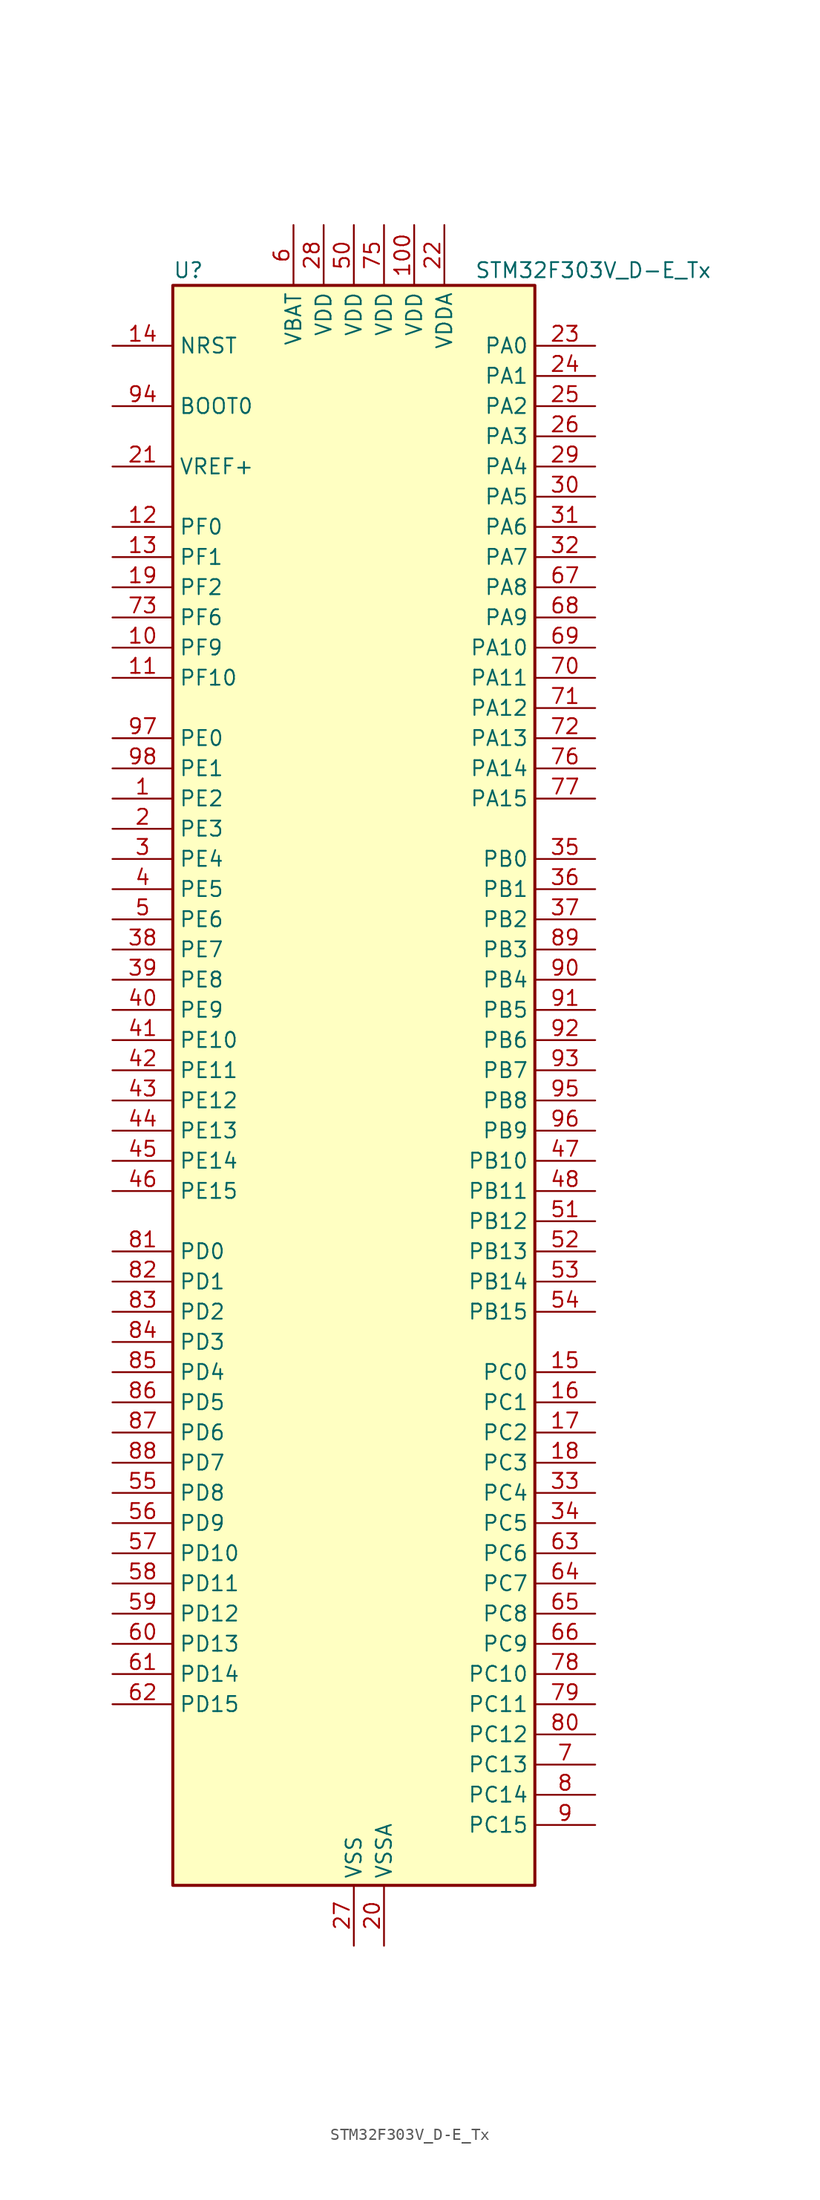
<source format=kicad_sym>
(kicad_symbol_lib
  (version 20241209)
  (generator "kicad_symbol_editor")
  (generator_version "9.0")
  (symbol "STM32F303V_D-E_Tx"
    (property "Reference" "U"
      (at -15.24 69.85 0)
      (effects (font (size 1.27 1.27)) (justify left)))
    (property "Value" "STM32F303V_D-E_Tx"
      (at 10.16 69.85 0)
      (effects (font (size 1.27 1.27)) (justify left)))
    (symbol "STM32F303V_D-E_Tx_0_1"
      (rectangle (start -15.24 -66.04) (end 15.24 68.58) (stroke (width 0.254) (type default)) (fill (type background))))
    (symbol "STM32F303V_D-E_Tx_1_1"
      (pin input line (at -20.32 63.5 0) (length 5.08) (name "NRST" (effects (font (size 1.27 1.27)))) (number "14" (effects (font (size 1.27 1.27)))))
      (pin input line (at -20.32 58.42 0) (length 5.08) (name "BOOT0" (effects (font (size 1.27 1.27)))) (number "94" (effects (font (size 1.27 1.27)))))
      (pin input line (at -20.32 53.34 0) (length 5.08) (name "VREF+" (effects (font (size 1.27 1.27)))) (number "21" (effects (font (size 1.27 1.27)))))
      (pin bidirectional line (at -20.32 48.26 0) (length 5.08) (name "PF0" (effects (font (size 1.27 1.27)))) (number "12" (effects (font (size 1.27 1.27)))) (alternate "I2C2_SDA" bidirectional line) (alternate "I2S2_WS" bidirectional line) (alternate "RCC_OSC_IN" bidirectional line) (alternate "SPI2_NSS" bidirectional line) (alternate "TIM1_CH3N" bidirectional line))
      (pin bidirectional line (at -20.32 45.72 0) (length 5.08) (name "PF1" (effects (font (size 1.27 1.27)))) (number "13" (effects (font (size 1.27 1.27)))) (alternate "I2C2_SCL" bidirectional line) (alternate "I2S2_CK" bidirectional line) (alternate "RCC_OSC_OUT" bidirectional line) (alternate "SPI2_SCK" bidirectional line))
      (pin bidirectional line (at -20.32 43.18 0) (length 5.08) (name "PF2" (effects (font (size 1.27 1.27)))) (number "19" (effects (font (size 1.27 1.27)))) (alternate "ADC1_IN10" bidirectional line) (alternate "ADC2_IN10" bidirectional line) (alternate "ADC3_EXTI2" bidirectional line) (alternate "ADC4_EXTI2" bidirectional line) (alternate "FMC_A2" bidirectional line) (alternate "TIM20_CH3" bidirectional line))
      (pin bidirectional line (at -20.32 40.64 0) (length 5.08) (name "PF6" (effects (font (size 1.27 1.27)))) (number "73" (effects (font (size 1.27 1.27)))) (alternate "FMC_NIORD" bidirectional line) (alternate "I2C2_SCL" bidirectional line) (alternate "TIM4_CH4" bidirectional line) (alternate "USART3_DE" bidirectional line) (alternate "USART3_RTS" bidirectional line))
      (pin bidirectional line (at -20.32 38.1 0) (length 5.08) (name "PF9" (effects (font (size 1.27 1.27)))) (number "10" (effects (font (size 1.27 1.27)))) (alternate "DAC1_EXTI9" bidirectional line) (alternate "FMC_CD" bidirectional line) (alternate "SPI2_SCK" bidirectional line) (alternate "TIM15_CH1" bidirectional line) (alternate "TIM20_BKIN" bidirectional line))
      (pin bidirectional line (at -20.32 35.56 0) (length 5.08) (name "PF10" (effects (font (size 1.27 1.27)))) (number "11" (effects (font (size 1.27 1.27)))) (alternate "FMC_INTR" bidirectional line) (alternate "SPI2_SCK" bidirectional line) (alternate "TIM15_CH2" bidirectional line) (alternate "TIM20_BKIN2" bidirectional line))
      (pin bidirectional line (at -20.32 30.48 0) (length 5.08) (name "PE0" (effects (font (size 1.27 1.27)))) (number "97" (effects (font (size 1.27 1.27)))) (alternate "FMC_NBL0" bidirectional line) (alternate "TIM16_CH1" bidirectional line) (alternate "TIM20_ETR" bidirectional line) (alternate "TIM4_ETR" bidirectional line) (alternate "USART1_TX" bidirectional line))
      (pin bidirectional line (at -20.32 27.94 0) (length 5.08) (name "PE1" (effects (font (size 1.27 1.27)))) (number "98" (effects (font (size 1.27 1.27)))) (alternate "FMC_NBL1" bidirectional line) (alternate "TIM17_CH1" bidirectional line) (alternate "TIM20_CH4" bidirectional line) (alternate "USART1_RX" bidirectional line))
      (pin bidirectional line (at -20.32 25.4 0) (length 5.08) (name "PE2" (effects (font (size 1.27 1.27)))) (number "1" (effects (font (size 1.27 1.27)))) (alternate "ADC3_EXTI2" bidirectional line) (alternate "ADC4_EXTI2" bidirectional line) (alternate "FMC_A23" bidirectional line) (alternate "SPI4_SCK" bidirectional line) (alternate "SYS_TRACECK" bidirectional line) (alternate "TIM20_CH1" bidirectional line) (alternate "TIM3_CH1" bidirectional line) (alternate "TSC_G7_IO1" bidirectional line))
      (pin bidirectional line (at -20.32 22.86 0) (length 5.08) (name "PE3" (effects (font (size 1.27 1.27)))) (number "2" (effects (font (size 1.27 1.27)))) (alternate "FMC_A19" bidirectional line) (alternate "SPI4_NSS" bidirectional line) (alternate "SYS_TRACED0" bidirectional line) (alternate "TIM20_CH2" bidirectional line) (alternate "TIM3_CH2" bidirectional line) (alternate "TSC_G7_IO2" bidirectional line))
      (pin bidirectional line (at -20.32 20.32 0) (length 5.08) (name "PE4" (effects (font (size 1.27 1.27)))) (number "3" (effects (font (size 1.27 1.27)))) (alternate "FMC_A20" bidirectional line) (alternate "SPI4_NSS" bidirectional line) (alternate "SYS_TRACED1" bidirectional line) (alternate "TIM20_CH1N" bidirectional line) (alternate "TIM3_CH3" bidirectional line) (alternate "TSC_G7_IO3" bidirectional line))
      (pin bidirectional line (at -20.32 17.78 0) (length 5.08) (name "PE5" (effects (font (size 1.27 1.27)))) (number "4" (effects (font (size 1.27 1.27)))) (alternate "FMC_A21" bidirectional line) (alternate "SPI4_MISO" bidirectional line) (alternate "SYS_TRACED2" bidirectional line) (alternate "TIM20_CH2N" bidirectional line) (alternate "TIM3_CH4" bidirectional line) (alternate "TSC_G7_IO4" bidirectional line))
      (pin bidirectional line (at -20.32 15.24 0) (length 5.08) (name "PE6" (effects (font (size 1.27 1.27)))) (number "5" (effects (font (size 1.27 1.27)))) (alternate "FMC_A22" bidirectional line) (alternate "RTC_TAMP3" bidirectional line) (alternate "SPI4_MOSI" bidirectional line) (alternate "SYS_TRACED3" bidirectional line) (alternate "SYS_WKUP3" bidirectional line) (alternate "TIM20_CH3N" bidirectional line))
      (pin bidirectional line (at -20.32 12.7 0) (length 5.08) (name "PE7" (effects (font (size 1.27 1.27)))) (number "38" (effects (font (size 1.27 1.27)))) (alternate "ADC3_IN13" bidirectional line) (alternate "FMC_D4" bidirectional line) (alternate "FMC_DA4" bidirectional line) (alternate "TIM1_ETR" bidirectional line))
      (pin bidirectional line (at -20.32 10.16 0) (length 5.08) (name "PE8" (effects (font (size 1.27 1.27)))) (number "39" (effects (font (size 1.27 1.27)))) (alternate "ADC3_IN6" bidirectional line) (alternate "ADC4_IN6" bidirectional line) (alternate "COMP4_INM" bidirectional line) (alternate "FMC_D5" bidirectional line) (alternate "FMC_DA5" bidirectional line) (alternate "TIM1_CH1N" bidirectional line))
      (pin bidirectional line (at -20.32 7.62 0) (length 5.08) (name "PE9" (effects (font (size 1.27 1.27)))) (number "40" (effects (font (size 1.27 1.27)))) (alternate "ADC3_IN2" bidirectional line) (alternate "DAC1_EXTI9" bidirectional line) (alternate "FMC_D6" bidirectional line) (alternate "FMC_DA6" bidirectional line) (alternate "TIM1_CH1" bidirectional line))
      (pin bidirectional line (at -20.32 5.08 0) (length 5.08) (name "PE10" (effects (font (size 1.27 1.27)))) (number "41" (effects (font (size 1.27 1.27)))) (alternate "ADC3_IN14" bidirectional line) (alternate "FMC_D7" bidirectional line) (alternate "FMC_DA7" bidirectional line) (alternate "TIM1_CH2N" bidirectional line))
      (pin bidirectional line (at -20.32 2.54 0) (length 5.08) (name "PE11" (effects (font (size 1.27 1.27)))) (number "42" (effects (font (size 1.27 1.27)))) (alternate "ADC1_EXTI11" bidirectional line) (alternate "ADC2_EXTI11" bidirectional line) (alternate "ADC3_IN15" bidirectional line) (alternate "FMC_D8" bidirectional line) (alternate "FMC_DA8" bidirectional line) (alternate "SPI4_NSS" bidirectional line) (alternate "TIM1_CH2" bidirectional line))
      (pin bidirectional line (at -20.32 0 0) (length 5.08) (name "PE12" (effects (font (size 1.27 1.27)))) (number "43" (effects (font (size 1.27 1.27)))) (alternate "ADC3_IN16" bidirectional line) (alternate "FMC_D9" bidirectional line) (alternate "FMC_DA9" bidirectional line) (alternate "SPI4_SCK" bidirectional line) (alternate "TIM1_CH3N" bidirectional line))
      (pin bidirectional line (at -20.32 -2.54 0) (length 5.08) (name "PE13" (effects (font (size 1.27 1.27)))) (number "44" (effects (font (size 1.27 1.27)))) (alternate "ADC3_IN3" bidirectional line) (alternate "FMC_D10" bidirectional line) (alternate "FMC_DA10" bidirectional line) (alternate "SPI4_MISO" bidirectional line) (alternate "TIM1_CH3" bidirectional line))
      (pin bidirectional line (at -20.32 -5.08 0) (length 5.08) (name "PE14" (effects (font (size 1.27 1.27)))) (number "45" (effects (font (size 1.27 1.27)))) (alternate "ADC4_IN1" bidirectional line) (alternate "FMC_D11" bidirectional line) (alternate "FMC_DA11" bidirectional line) (alternate "SPI4_MOSI" bidirectional line) (alternate "TIM1_BKIN2" bidirectional line) (alternate "TIM1_CH4" bidirectional line))
      (pin bidirectional line (at -20.32 -7.62 0) (length 5.08) (name "PE15" (effects (font (size 1.27 1.27)))) (number "46" (effects (font (size 1.27 1.27)))) (alternate "ADC1_EXTI15" bidirectional line) (alternate "ADC2_EXTI15" bidirectional line) (alternate "ADC3_EXTI15" bidirectional line) (alternate "ADC4_EXTI15" bidirectional line) (alternate "ADC4_IN2" bidirectional line) (alternate "FMC_D12" bidirectional line) (alternate "FMC_DA12" bidirectional line) (alternate "TIM1_BKIN" bidirectional line) (alternate "USART3_RX" bidirectional line))
      (pin bidirectional line (at -20.32 -12.7 0) (length 5.08) (name "PD0" (effects (font (size 1.27 1.27)))) (number "81" (effects (font (size 1.27 1.27)))) (alternate "CAN_RX" bidirectional line) (alternate "FMC_D2" bidirectional line) (alternate "FMC_DA2" bidirectional line))
      (pin bidirectional line (at -20.32 -15.24 0) (length 5.08) (name "PD1" (effects (font (size 1.27 1.27)))) (number "82" (effects (font (size 1.27 1.27)))) (alternate "CAN_TX" bidirectional line) (alternate "FMC_D3" bidirectional line) (alternate "FMC_DA3" bidirectional line) (alternate "TIM8_BKIN2" bidirectional line) (alternate "TIM8_CH4" bidirectional line))
      (pin bidirectional line (at -20.32 -17.78 0) (length 5.08) (name "PD2" (effects (font (size 1.27 1.27)))) (number "83" (effects (font (size 1.27 1.27)))) (alternate "ADC3_EXTI2" bidirectional line) (alternate "ADC4_EXTI2" bidirectional line) (alternate "TIM3_ETR" bidirectional line) (alternate "TIM8_BKIN" bidirectional line) (alternate "UART5_RX" bidirectional line))
      (pin bidirectional line (at -20.32 -20.32 0) (length 5.08) (name "PD3" (effects (font (size 1.27 1.27)))) (number "84" (effects (font (size 1.27 1.27)))) (alternate "FMC_CLK" bidirectional line) (alternate "TIM2_CH1" bidirectional line) (alternate "TIM2_ETR" bidirectional line) (alternate "USART2_CTS" bidirectional line))
      (pin bidirectional line (at -20.32 -22.86 0) (length 5.08) (name "PD4" (effects (font (size 1.27 1.27)))) (number "85" (effects (font (size 1.27 1.27)))) (alternate "FMC_NOE" bidirectional line) (alternate "TIM2_CH2" bidirectional line) (alternate "USART2_DE" bidirectional line) (alternate "USART2_RTS" bidirectional line))
      (pin bidirectional line (at -20.32 -25.4 0) (length 5.08) (name "PD5" (effects (font (size 1.27 1.27)))) (number "86" (effects (font (size 1.27 1.27)))) (alternate "FMC_NWE" bidirectional line) (alternate "USART2_TX" bidirectional line))
      (pin bidirectional line (at -20.32 -27.94 0) (length 5.08) (name "PD6" (effects (font (size 1.27 1.27)))) (number "87" (effects (font (size 1.27 1.27)))) (alternate "FMC_NWAIT" bidirectional line) (alternate "TIM2_CH4" bidirectional line) (alternate "USART2_RX" bidirectional line))
      (pin bidirectional line (at -20.32 -30.48 0) (length 5.08) (name "PD7" (effects (font (size 1.27 1.27)))) (number "88" (effects (font (size 1.27 1.27)))) (alternate "FMC_NCE2" bidirectional line) (alternate "FMC_NE1" bidirectional line) (alternate "TIM2_CH3" bidirectional line) (alternate "USART2_CK" bidirectional line))
      (pin bidirectional line (at -20.32 -33.02 0) (length 5.08) (name "PD8" (effects (font (size 1.27 1.27)))) (number "55" (effects (font (size 1.27 1.27)))) (alternate "ADC4_IN12" bidirectional line) (alternate "FMC_D13" bidirectional line) (alternate "FMC_DA13" bidirectional line) (alternate "OPAMP4_VINM" bidirectional line) (alternate "OPAMP4_VINM_SEC" bidirectional line) (alternate "USART3_TX" bidirectional line))
      (pin bidirectional line (at -20.32 -35.56 0) (length 5.08) (name "PD9" (effects (font (size 1.27 1.27)))) (number "56" (effects (font (size 1.27 1.27)))) (alternate "ADC4_IN13" bidirectional line) (alternate "DAC1_EXTI9" bidirectional line) (alternate "FMC_D14" bidirectional line) (alternate "FMC_DA14" bidirectional line) (alternate "USART3_RX" bidirectional line))
      (pin bidirectional line (at -20.32 -38.1 0) (length 5.08) (name "PD10" (effects (font (size 1.27 1.27)))) (number "57" (effects (font (size 1.27 1.27)))) (alternate "ADC3_IN7" bidirectional line) (alternate "ADC4_IN7" bidirectional line) (alternate "COMP6_INM" bidirectional line) (alternate "FMC_D15" bidirectional line) (alternate "FMC_DA15" bidirectional line) (alternate "USART3_CK" bidirectional line))
      (pin bidirectional line (at -20.32 -40.64 0) (length 5.08) (name "PD11" (effects (font (size 1.27 1.27)))) (number "58" (effects (font (size 1.27 1.27)))) (alternate "ADC1_EXTI11" bidirectional line) (alternate "ADC2_EXTI11" bidirectional line) (alternate "ADC3_IN8" bidirectional line) (alternate "ADC4_IN8" bidirectional line) (alternate "FMC_A16" bidirectional line) (alternate "FMC_CLE" bidirectional line) (alternate "OPAMP4_VINP" bidirectional line) (alternate "OPAMP4_VINP_SEC" bidirectional line) (alternate "USART3_CTS" bidirectional line))
      (pin bidirectional line (at -20.32 -43.18 0) (length 5.08) (name "PD12" (effects (font (size 1.27 1.27)))) (number "59" (effects (font (size 1.27 1.27)))) (alternate "ADC3_IN9" bidirectional line) (alternate "ADC4_IN9" bidirectional line) (alternate "FMC_A17" bidirectional line) (alternate "FMC_ALE" bidirectional line) (alternate "TIM4_CH1" bidirectional line) (alternate "TSC_G8_IO1" bidirectional line) (alternate "USART3_DE" bidirectional line) (alternate "USART3_RTS" bidirectional line))
      (pin bidirectional line (at -20.32 -45.72 0) (length 5.08) (name "PD13" (effects (font (size 1.27 1.27)))) (number "60" (effects (font (size 1.27 1.27)))) (alternate "ADC3_IN10" bidirectional line) (alternate "ADC4_IN10" bidirectional line) (alternate "COMP5_INM" bidirectional line) (alternate "FMC_A18" bidirectional line) (alternate "TIM4_CH2" bidirectional line) (alternate "TSC_G8_IO2" bidirectional line))
      (pin bidirectional line (at -20.32 -48.26 0) (length 5.08) (name "PD14" (effects (font (size 1.27 1.27)))) (number "61" (effects (font (size 1.27 1.27)))) (alternate "ADC3_IN11" bidirectional line) (alternate "ADC4_IN11" bidirectional line) (alternate "FMC_D0" bidirectional line) (alternate "FMC_DA0" bidirectional line) (alternate "OPAMP2_VINP" bidirectional line) (alternate "OPAMP2_VINP_SEC" bidirectional line) (alternate "TIM4_CH3" bidirectional line) (alternate "TSC_G8_IO3" bidirectional line))
      (pin bidirectional line (at -20.32 -50.8 0) (length 5.08) (name "PD15" (effects (font (size 1.27 1.27)))) (number "62" (effects (font (size 1.27 1.27)))) (alternate "ADC1_EXTI15" bidirectional line) (alternate "ADC2_EXTI15" bidirectional line) (alternate "ADC3_EXTI15" bidirectional line) (alternate "ADC4_EXTI15" bidirectional line) (alternate "COMP3_INM" bidirectional line) (alternate "FMC_D1" bidirectional line) (alternate "FMC_DA1" bidirectional line) (alternate "SPI2_NSS" bidirectional line) (alternate "TIM4_CH4" bidirectional line) (alternate "TSC_G8_IO4" bidirectional line))
      (pin power_in line (at -5.08 73.66 270) (length 5.08) (name "VBAT" (effects (font (size 1.27 1.27)))) (number "6" (effects (font (size 1.27 1.27)))))
      (pin power_in line (at -2.54 73.66 270) (length 5.08) (name "VDD" (effects (font (size 1.27 1.27)))) (number "28" (effects (font (size 1.27 1.27)))))
      (pin power_in line (at 0 73.66 270) (length 5.08) (name "VDD" (effects (font (size 1.27 1.27)))) (number "50" (effects (font (size 1.27 1.27)))))
      (pin power_in line (at 0 -71.12 90) (length 5.08) (name "VSS" (effects (font (size 1.27 1.27)))) (number "27" (effects (font (size 1.27 1.27)))))
      (pin passive line (at 0 -71.12 90) (length 5.08) (hide yes) (name "VSS" (effects (font (size 1.27 1.27)))) (number "49" (effects (font (size 1.27 1.27)))))
      (pin passive line (at 0 -71.12 90) (length 5.08) (hide yes) (name "VSS" (effects (font (size 1.27 1.27)))) (number "74" (effects (font (size 1.27 1.27)))))
      (pin passive line (at 0 -71.12 90) (length 5.08) (hide yes) (name "VSS" (effects (font (size 1.27 1.27)))) (number "99" (effects (font (size 1.27 1.27)))))
      (pin power_in line (at 2.54 73.66 270) (length 5.08) (name "VDD" (effects (font (size 1.27 1.27)))) (number "75" (effects (font (size 1.27 1.27)))))
      (pin power_in line (at 2.54 -71.12 90) (length 5.08) (name "VSSA" (effects (font (size 1.27 1.27)))) (number "20" (effects (font (size 1.27 1.27)))))
      (pin power_in line (at 5.08 73.66 270) (length 5.08) (name "VDD" (effects (font (size 1.27 1.27)))) (number "100" (effects (font (size 1.27 1.27)))))
      (pin power_in line (at 7.62 73.66 270) (length 5.08) (name "VDDA" (effects (font (size 1.27 1.27)))) (number "22" (effects (font (size 1.27 1.27)))))
      (pin bidirectional line (at 20.32 63.5 180) (length 5.08) (name "PA0" (effects (font (size 1.27 1.27)))) (number "23" (effects (font (size 1.27 1.27)))) (alternate "ADC1_IN1" bidirectional line) (alternate "COMP1_INM" bidirectional line) (alternate "COMP1_OUT" bidirectional line) (alternate "RTC_TAMP2" bidirectional line) (alternate "SYS_WKUP1" bidirectional line) (alternate "TIM2_CH1" bidirectional line) (alternate "TIM2_ETR" bidirectional line) (alternate "TIM8_BKIN" bidirectional line) (alternate "TIM8_ETR" bidirectional line) (alternate "TSC_G1_IO1" bidirectional line) (alternate "USART2_CTS" bidirectional line))
      (pin bidirectional line (at 20.32 60.96 180) (length 5.08) (name "PA1" (effects (font (size 1.27 1.27)))) (number "24" (effects (font (size 1.27 1.27)))) (alternate "ADC1_IN2" bidirectional line) (alternate "COMP1_INP" bidirectional line) (alternate "OPAMP1_VINP" bidirectional line) (alternate "OPAMP1_VINP_SEC" bidirectional line) (alternate "OPAMP3_VINP" bidirectional line) (alternate "OPAMP3_VINP_SEC" bidirectional line) (alternate "RTC_REFIN" bidirectional line) (alternate "TIM15_CH1N" bidirectional line) (alternate "TIM2_CH2" bidirectional line) (alternate "TSC_G1_IO2" bidirectional line) (alternate "USART2_DE" bidirectional line) (alternate "USART2_RTS" bidirectional line))
      (pin bidirectional line (at 20.32 58.42 180) (length 5.08) (name "PA2" (effects (font (size 1.27 1.27)))) (number "25" (effects (font (size 1.27 1.27)))) (alternate "ADC1_IN3" bidirectional line) (alternate "ADC3_EXTI2" bidirectional line) (alternate "ADC4_EXTI2" bidirectional line) (alternate "COMP2_INM" bidirectional line) (alternate "COMP2_OUT" bidirectional line) (alternate "OPAMP1_VOUT" bidirectional line) (alternate "TIM15_CH1" bidirectional line) (alternate "TIM2_CH3" bidirectional line) (alternate "TSC_G1_IO3" bidirectional line) (alternate "USART2_TX" bidirectional line))
      (pin bidirectional line (at 20.32 55.88 180) (length 5.08) (name "PA3" (effects (font (size 1.27 1.27)))) (number "26" (effects (font (size 1.27 1.27)))) (alternate "ADC1_IN4" bidirectional line) (alternate "OPAMP1_VINM" bidirectional line) (alternate "OPAMP1_VINM_SEC" bidirectional line) (alternate "OPAMP1_VINP" bidirectional line) (alternate "OPAMP1_VINP_SEC" bidirectional line) (alternate "TIM15_CH2" bidirectional line) (alternate "TIM2_CH4" bidirectional line) (alternate "TSC_G1_IO4" bidirectional line) (alternate "USART2_RX" bidirectional line))
      (pin bidirectional line (at 20.32 53.34 180) (length 5.08) (name "PA4" (effects (font (size 1.27 1.27)))) (number "29" (effects (font (size 1.27 1.27)))) (alternate "ADC2_IN1" bidirectional line) (alternate "COMP1_INM" bidirectional line) (alternate "COMP2_INM" bidirectional line) (alternate "COMP3_INM" bidirectional line) (alternate "COMP4_INM" bidirectional line) (alternate "COMP5_INM" bidirectional line) (alternate "COMP6_INM" bidirectional line) (alternate "COMP7_INM" bidirectional line) (alternate "DAC1_OUT1" bidirectional line) (alternate "I2S3_WS" bidirectional line) (alternate "OPAMP4_VINP" bidirectional line) (alternate "OPAMP4_VINP_SEC" bidirectional line) (alternate "SPI1_NSS" bidirectional line) (alternate "SPI3_NSS" bidirectional line) (alternate "TIM3_CH2" bidirectional line) (alternate "TSC_G2_IO1" bidirectional line) (alternate "USART2_CK" bidirectional line))
      (pin bidirectional line (at 20.32 50.8 180) (length 5.08) (name "PA5" (effects (font (size 1.27 1.27)))) (number "30" (effects (font (size 1.27 1.27)))) (alternate "ADC2_IN2" bidirectional line) (alternate "COMP1_INM" bidirectional line) (alternate "COMP2_INM" bidirectional line) (alternate "COMP3_INM" bidirectional line) (alternate "COMP4_INM" bidirectional line) (alternate "COMP5_INM" bidirectional line) (alternate "COMP6_INM" bidirectional line) (alternate "COMP7_INM" bidirectional line) (alternate "DAC1_OUT2" bidirectional line) (alternate "OPAMP1_VINP" bidirectional line) (alternate "OPAMP1_VINP_SEC" bidirectional line) (alternate "OPAMP2_VINM" bidirectional line) (alternate "OPAMP2_VINM_SEC" bidirectional line) (alternate "OPAMP3_VINP" bidirectional line) (alternate "OPAMP3_VINP_SEC" bidirectional line) (alternate "SPI1_SCK" bidirectional line) (alternate "TIM2_CH1" bidirectional line) (alternate "TIM2_ETR" bidirectional line) (alternate "TSC_G2_IO2" bidirectional line))
      (pin bidirectional line (at 20.32 48.26 180) (length 5.08) (name "PA6" (effects (font (size 1.27 1.27)))) (number "31" (effects (font (size 1.27 1.27)))) (alternate "ADC2_IN3" bidirectional line) (alternate "COMP1_OUT" bidirectional line) (alternate "OPAMP2_VOUT" bidirectional line) (alternate "SPI1_MISO" bidirectional line) (alternate "TIM16_CH1" bidirectional line) (alternate "TIM1_BKIN" bidirectional line) (alternate "TIM3_CH1" bidirectional line) (alternate "TIM8_BKIN" bidirectional line) (alternate "TSC_G2_IO3" bidirectional line))
      (pin bidirectional line (at 20.32 45.72 180) (length 5.08) (name "PA7" (effects (font (size 1.27 1.27)))) (number "32" (effects (font (size 1.27 1.27)))) (alternate "ADC2_IN4" bidirectional line) (alternate "COMP2_INP" bidirectional line) (alternate "OPAMP1_VINP" bidirectional line) (alternate "OPAMP1_VINP_SEC" bidirectional line) (alternate "OPAMP2_VINP" bidirectional line) (alternate "OPAMP2_VINP_SEC" bidirectional line) (alternate "SPI1_MOSI" bidirectional line) (alternate "TIM17_CH1" bidirectional line) (alternate "TIM1_CH1N" bidirectional line) (alternate "TIM3_CH2" bidirectional line) (alternate "TIM8_CH1N" bidirectional line) (alternate "TSC_G2_IO4" bidirectional line))
      (pin bidirectional line (at 20.32 43.18 180) (length 5.08) (name "PA8" (effects (font (size 1.27 1.27)))) (number "67" (effects (font (size 1.27 1.27)))) (alternate "COMP3_OUT" bidirectional line) (alternate "I2C2_SMBA" bidirectional line) (alternate "I2C3_SCL" bidirectional line) (alternate "I2S2_MCK" bidirectional line) (alternate "RCC_MCO" bidirectional line) (alternate "TIM1_CH1" bidirectional line) (alternate "TIM4_ETR" bidirectional line) (alternate "USART1_CK" bidirectional line))
      (pin bidirectional line (at 20.32 40.64 180) (length 5.08) (name "PA9" (effects (font (size 1.27 1.27)))) (number "68" (effects (font (size 1.27 1.27)))) (alternate "COMP5_OUT" bidirectional line) (alternate "DAC1_EXTI9" bidirectional line) (alternate "I2C2_SCL" bidirectional line) (alternate "I2C3_SMBA" bidirectional line) (alternate "I2S3_MCK" bidirectional line) (alternate "TIM15_BKIN" bidirectional line) (alternate "TIM1_CH2" bidirectional line) (alternate "TIM2_CH3" bidirectional line) (alternate "TSC_G4_IO1" bidirectional line) (alternate "USART1_TX" bidirectional line))
      (pin bidirectional line (at 20.32 38.1 180) (length 5.08) (name "PA10" (effects (font (size 1.27 1.27)))) (number "69" (effects (font (size 1.27 1.27)))) (alternate "COMP6_OUT" bidirectional line) (alternate "I2C2_SDA" bidirectional line) (alternate "I2S2_ext_SD" bidirectional line) (alternate "SPI2_MISO" bidirectional line) (alternate "TIM17_BKIN" bidirectional line) (alternate "TIM1_CH3" bidirectional line) (alternate "TIM2_CH4" bidirectional line) (alternate "TIM8_BKIN" bidirectional line) (alternate "TSC_G4_IO2" bidirectional line) (alternate "USART1_RX" bidirectional line))
      (pin bidirectional line (at 20.32 35.56 180) (length 5.08) (name "PA11" (effects (font (size 1.27 1.27)))) (number "70" (effects (font (size 1.27 1.27)))) (alternate "ADC1_EXTI11" bidirectional line) (alternate "ADC2_EXTI11" bidirectional line) (alternate "CAN_RX" bidirectional line) (alternate "COMP1_OUT" bidirectional line) (alternate "I2S2_SD" bidirectional line) (alternate "SPI2_MOSI" bidirectional line) (alternate "TIM1_BKIN2" bidirectional line) (alternate "TIM1_CH1N" bidirectional line) (alternate "TIM1_CH4" bidirectional line) (alternate "TIM4_CH1" bidirectional line) (alternate "USART1_CTS" bidirectional line) (alternate "USB_DM" bidirectional line))
      (pin bidirectional line (at 20.32 33.02 180) (length 5.08) (name "PA12" (effects (font (size 1.27 1.27)))) (number "71" (effects (font (size 1.27 1.27)))) (alternate "CAN_TX" bidirectional line) (alternate "COMP2_OUT" bidirectional line) (alternate "I2S_CKIN" bidirectional line) (alternate "TIM16_CH1" bidirectional line) (alternate "TIM1_CH2N" bidirectional line) (alternate "TIM1_ETR" bidirectional line) (alternate "TIM4_CH2" bidirectional line) (alternate "USART1_DE" bidirectional line) (alternate "USART1_RTS" bidirectional line) (alternate "USB_DP" bidirectional line))
      (pin bidirectional line (at 20.32 30.48 180) (length 5.08) (name "PA13" (effects (font (size 1.27 1.27)))) (number "72" (effects (font (size 1.27 1.27)))) (alternate "IR_OUT" bidirectional line) (alternate "SYS_JTMS-SWDIO" bidirectional line) (alternate "TIM16_CH1N" bidirectional line) (alternate "TIM4_CH3" bidirectional line) (alternate "TSC_G4_IO3" bidirectional line) (alternate "USART3_CTS" bidirectional line))
      (pin bidirectional line (at 20.32 27.94 180) (length 5.08) (name "PA14" (effects (font (size 1.27 1.27)))) (number "76" (effects (font (size 1.27 1.27)))) (alternate "I2C1_SDA" bidirectional line) (alternate "SYS_JTCK-SWCLK" bidirectional line) (alternate "TIM1_BKIN" bidirectional line) (alternate "TIM8_CH2" bidirectional line) (alternate "TSC_G4_IO4" bidirectional line) (alternate "USART2_TX" bidirectional line))
      (pin bidirectional line (at 20.32 25.4 180) (length 5.08) (name "PA15" (effects (font (size 1.27 1.27)))) (number "77" (effects (font (size 1.27 1.27)))) (alternate "ADC1_EXTI15" bidirectional line) (alternate "ADC2_EXTI15" bidirectional line) (alternate "ADC3_EXTI15" bidirectional line) (alternate "ADC4_EXTI15" bidirectional line) (alternate "I2C1_SCL" bidirectional line) (alternate "I2S3_WS" bidirectional line) (alternate "SPI1_NSS" bidirectional line) (alternate "SPI3_NSS" bidirectional line) (alternate "SYS_JTDI" bidirectional line) (alternate "TIM1_BKIN" bidirectional line) (alternate "TIM2_CH1" bidirectional line) (alternate "TIM2_ETR" bidirectional line) (alternate "TIM8_CH1" bidirectional line) (alternate "TSC_SYNC" bidirectional line) (alternate "USART2_RX" bidirectional line))
      (pin bidirectional line (at 20.32 20.32 180) (length 5.08) (name "PB0" (effects (font (size 1.27 1.27)))) (number "35" (effects (font (size 1.27 1.27)))) (alternate "ADC3_IN12" bidirectional line) (alternate "COMP4_INP" bidirectional line) (alternate "OPAMP2_VINP" bidirectional line) (alternate "OPAMP2_VINP_SEC" bidirectional line) (alternate "OPAMP3_VINP" bidirectional line) (alternate "OPAMP3_VINP_SEC" bidirectional line) (alternate "TIM1_CH2N" bidirectional line) (alternate "TIM3_CH3" bidirectional line) (alternate "TIM8_CH2N" bidirectional line) (alternate "TSC_G3_IO2" bidirectional line))
      (pin bidirectional line (at 20.32 17.78 180) (length 5.08) (name "PB1" (effects (font (size 1.27 1.27)))) (number "36" (effects (font (size 1.27 1.27)))) (alternate "ADC3_IN1" bidirectional line) (alternate "COMP4_OUT" bidirectional line) (alternate "OPAMP3_VOUT" bidirectional line) (alternate "TIM1_CH3N" bidirectional line) (alternate "TIM3_CH4" bidirectional line) (alternate "TIM8_CH3N" bidirectional line) (alternate "TSC_G3_IO3" bidirectional line))
      (pin bidirectional line (at 20.32 15.24 180) (length 5.08) (name "PB2" (effects (font (size 1.27 1.27)))) (number "37" (effects (font (size 1.27 1.27)))) (alternate "ADC2_IN12" bidirectional line) (alternate "ADC3_EXTI2" bidirectional line) (alternate "ADC4_EXTI2" bidirectional line) (alternate "COMP4_INM" bidirectional line) (alternate "OPAMP3_VINM" bidirectional line) (alternate "OPAMP3_VINM_SEC" bidirectional line) (alternate "TSC_G3_IO4" bidirectional line))
      (pin bidirectional line (at 20.32 12.7 180) (length 5.08) (name "PB3" (effects (font (size 1.27 1.27)))) (number "89" (effects (font (size 1.27 1.27)))) (alternate "I2S3_CK" bidirectional line) (alternate "SPI1_SCK" bidirectional line) (alternate "SPI3_SCK" bidirectional line) (alternate "SYS_JTDO-TRACESWO" bidirectional line) (alternate "TIM2_CH2" bidirectional line) (alternate "TIM3_ETR" bidirectional line) (alternate "TIM4_ETR" bidirectional line) (alternate "TIM8_CH1N" bidirectional line) (alternate "TSC_G5_IO1" bidirectional line) (alternate "USART2_TX" bidirectional line))
      (pin bidirectional line (at 20.32 10.16 180) (length 5.08) (name "PB4" (effects (font (size 1.27 1.27)))) (number "90" (effects (font (size 1.27 1.27)))) (alternate "I2S3_ext_SD" bidirectional line) (alternate "SPI1_MISO" bidirectional line) (alternate "SPI3_MISO" bidirectional line) (alternate "SYS_NJTRST" bidirectional line) (alternate "TIM16_CH1" bidirectional line) (alternate "TIM17_BKIN" bidirectional line) (alternate "TIM3_CH1" bidirectional line) (alternate "TIM8_CH2N" bidirectional line) (alternate "TSC_G5_IO2" bidirectional line) (alternate "USART2_RX" bidirectional line))
      (pin bidirectional line (at 20.32 7.62 180) (length 5.08) (name "PB5" (effects (font (size 1.27 1.27)))) (number "91" (effects (font (size 1.27 1.27)))) (alternate "I2C1_SMBA" bidirectional line) (alternate "I2C3_SDA" bidirectional line) (alternate "I2S3_SD" bidirectional line) (alternate "SPI1_MOSI" bidirectional line) (alternate "SPI3_MOSI" bidirectional line) (alternate "TIM16_BKIN" bidirectional line) (alternate "TIM17_CH1" bidirectional line) (alternate "TIM3_CH2" bidirectional line) (alternate "TIM8_CH3N" bidirectional line) (alternate "USART2_CK" bidirectional line))
      (pin bidirectional line (at 20.32 5.08 180) (length 5.08) (name "PB6" (effects (font (size 1.27 1.27)))) (number "92" (effects (font (size 1.27 1.27)))) (alternate "I2C1_SCL" bidirectional line) (alternate "TIM16_CH1N" bidirectional line) (alternate "TIM4_CH1" bidirectional line) (alternate "TIM8_BKIN2" bidirectional line) (alternate "TIM8_CH1" bidirectional line) (alternate "TIM8_ETR" bidirectional line) (alternate "TSC_G5_IO3" bidirectional line) (alternate "USART1_TX" bidirectional line))
      (pin bidirectional line (at 20.32 2.54 180) (length 5.08) (name "PB7" (effects (font (size 1.27 1.27)))) (number "93" (effects (font (size 1.27 1.27)))) (alternate "FMC_NL" bidirectional line) (alternate "I2C1_SDA" bidirectional line) (alternate "TIM17_CH1N" bidirectional line) (alternate "TIM3_CH4" bidirectional line) (alternate "TIM4_CH2" bidirectional line) (alternate "TIM8_BKIN" bidirectional line) (alternate "TSC_G5_IO4" bidirectional line) (alternate "USART1_RX" bidirectional line))
      (pin bidirectional line (at 20.32 0 180) (length 5.08) (name "PB8" (effects (font (size 1.27 1.27)))) (number "95" (effects (font (size 1.27 1.27)))) (alternate "CAN_RX" bidirectional line) (alternate "COMP1_OUT" bidirectional line) (alternate "I2C1_SCL" bidirectional line) (alternate "TIM16_CH1" bidirectional line) (alternate "TIM1_BKIN" bidirectional line) (alternate "TIM4_CH3" bidirectional line) (alternate "TIM8_CH2" bidirectional line) (alternate "TSC_SYNC" bidirectional line) (alternate "USART3_RX" bidirectional line))
      (pin bidirectional line (at 20.32 -2.54 180) (length 5.08) (name "PB9" (effects (font (size 1.27 1.27)))) (number "96" (effects (font (size 1.27 1.27)))) (alternate "CAN_TX" bidirectional line) (alternate "COMP2_OUT" bidirectional line) (alternate "DAC1_EXTI9" bidirectional line) (alternate "I2C1_SDA" bidirectional line) (alternate "IR_OUT" bidirectional line) (alternate "TIM17_CH1" bidirectional line) (alternate "TIM4_CH4" bidirectional line) (alternate "TIM8_CH3" bidirectional line) (alternate "USART3_TX" bidirectional line))
      (pin bidirectional line (at 20.32 -5.08 180) (length 5.08) (name "PB10" (effects (font (size 1.27 1.27)))) (number "47" (effects (font (size 1.27 1.27)))) (alternate "COMP5_INM" bidirectional line) (alternate "OPAMP3_VINM" bidirectional line) (alternate "OPAMP3_VINM_SEC" bidirectional line) (alternate "OPAMP4_VINM" bidirectional line) (alternate "OPAMP4_VINM_SEC" bidirectional line) (alternate "TIM2_CH3" bidirectional line) (alternate "TSC_SYNC" bidirectional line) (alternate "USART3_TX" bidirectional line))
      (pin bidirectional line (at 20.32 -7.62 180) (length 5.08) (name "PB11" (effects (font (size 1.27 1.27)))) (number "48" (effects (font (size 1.27 1.27)))) (alternate "ADC1_EXTI11" bidirectional line) (alternate "ADC1_IN14" bidirectional line) (alternate "ADC2_EXTI11" bidirectional line) (alternate "ADC2_IN14" bidirectional line) (alternate "COMP6_INP" bidirectional line) (alternate "OPAMP4_VINP" bidirectional line) (alternate "OPAMP4_VINP_SEC" bidirectional line) (alternate "TIM2_CH4" bidirectional line) (alternate "TSC_G6_IO1" bidirectional line) (alternate "USART3_RX" bidirectional line))
      (pin bidirectional line (at 20.32 -10.16 180) (length 5.08) (name "PB12" (effects (font (size 1.27 1.27)))) (number "51" (effects (font (size 1.27 1.27)))) (alternate "ADC4_IN3" bidirectional line) (alternate "COMP3_INM" bidirectional line) (alternate "I2C2_SMBA" bidirectional line) (alternate "I2S2_WS" bidirectional line) (alternate "OPAMP4_VOUT" bidirectional line) (alternate "SPI2_NSS" bidirectional line) (alternate "TIM1_BKIN" bidirectional line) (alternate "TSC_G6_IO2" bidirectional line) (alternate "USART3_CK" bidirectional line))
      (pin bidirectional line (at 20.32 -12.7 180) (length 5.08) (name "PB13" (effects (font (size 1.27 1.27)))) (number "52" (effects (font (size 1.27 1.27)))) (alternate "ADC3_IN5" bidirectional line) (alternate "COMP5_INP" bidirectional line) (alternate "I2S2_CK" bidirectional line) (alternate "OPAMP3_VINP" bidirectional line) (alternate "OPAMP3_VINP_SEC" bidirectional line) (alternate "OPAMP4_VINP" bidirectional line) (alternate "OPAMP4_VINP_SEC" bidirectional line) (alternate "SPI2_SCK" bidirectional line) (alternate "TIM1_CH1N" bidirectional line) (alternate "TSC_G6_IO3" bidirectional line) (alternate "USART3_CTS" bidirectional line))
      (pin bidirectional line (at 20.32 -15.24 180) (length 5.08) (name "PB14" (effects (font (size 1.27 1.27)))) (number "53" (effects (font (size 1.27 1.27)))) (alternate "ADC4_IN4" bidirectional line) (alternate "COMP3_INP" bidirectional line) (alternate "I2S2_ext_SD" bidirectional line) (alternate "OPAMP2_VINP" bidirectional line) (alternate "OPAMP2_VINP_SEC" bidirectional line) (alternate "SPI2_MISO" bidirectional line) (alternate "TIM15_CH1" bidirectional line) (alternate "TIM1_CH2N" bidirectional line) (alternate "TSC_G6_IO4" bidirectional line) (alternate "USART3_DE" bidirectional line) (alternate "USART3_RTS" bidirectional line))
      (pin bidirectional line (at 20.32 -17.78 180) (length 5.08) (name "PB15" (effects (font (size 1.27 1.27)))) (number "54" (effects (font (size 1.27 1.27)))) (alternate "ADC1_EXTI15" bidirectional line) (alternate "ADC2_EXTI15" bidirectional line) (alternate "ADC3_EXTI15" bidirectional line) (alternate "ADC4_EXTI15" bidirectional line) (alternate "ADC4_IN5" bidirectional line) (alternate "COMP6_INM" bidirectional line) (alternate "I2S2_SD" bidirectional line) (alternate "RTC_REFIN" bidirectional line) (alternate "SPI2_MOSI" bidirectional line) (alternate "TIM15_CH1N" bidirectional line) (alternate "TIM15_CH2" bidirectional line) (alternate "TIM1_CH3N" bidirectional line))
      (pin bidirectional line (at 20.32 -22.86 180) (length 5.08) (name "PC0" (effects (font (size 1.27 1.27)))) (number "15" (effects (font (size 1.27 1.27)))) (alternate "ADC1_IN6" bidirectional line) (alternate "ADC2_IN6" bidirectional line) (alternate "COMP7_INM" bidirectional line) (alternate "TIM1_CH1" bidirectional line))
      (pin bidirectional line (at 20.32 -25.4 180) (length 5.08) (name "PC1" (effects (font (size 1.27 1.27)))) (number "16" (effects (font (size 1.27 1.27)))) (alternate "ADC1_IN7" bidirectional line) (alternate "ADC2_IN7" bidirectional line) (alternate "COMP7_INP" bidirectional line) (alternate "TIM1_CH2" bidirectional line))
      (pin bidirectional line (at 20.32 -27.94 180) (length 5.08) (name "PC2" (effects (font (size 1.27 1.27)))) (number "17" (effects (font (size 1.27 1.27)))) (alternate "ADC1_IN8" bidirectional line) (alternate "ADC2_IN8" bidirectional line) (alternate "ADC3_EXTI2" bidirectional line) (alternate "ADC4_EXTI2" bidirectional line) (alternate "COMP7_OUT" bidirectional line) (alternate "TIM1_CH3" bidirectional line))
      (pin bidirectional line (at 20.32 -30.48 180) (length 5.08) (name "PC3" (effects (font (size 1.27 1.27)))) (number "18" (effects (font (size 1.27 1.27)))) (alternate "ADC1_IN9" bidirectional line) (alternate "ADC2_IN9" bidirectional line) (alternate "TIM1_BKIN2" bidirectional line) (alternate "TIM1_CH4" bidirectional line))
      (pin bidirectional line (at 20.32 -33.02 180) (length 5.08) (name "PC4" (effects (font (size 1.27 1.27)))) (number "33" (effects (font (size 1.27 1.27)))) (alternate "ADC2_IN5" bidirectional line) (alternate "TIM1_ETR" bidirectional line) (alternate "USART1_TX" bidirectional line))
      (pin bidirectional line (at 20.32 -35.56 180) (length 5.08) (name "PC5" (effects (font (size 1.27 1.27)))) (number "34" (effects (font (size 1.27 1.27)))) (alternate "ADC2_IN11" bidirectional line) (alternate "OPAMP1_VINM" bidirectional line) (alternate "OPAMP1_VINM_SEC" bidirectional line) (alternate "OPAMP2_VINM" bidirectional line) (alternate "OPAMP2_VINM_SEC" bidirectional line) (alternate "TIM15_BKIN" bidirectional line) (alternate "TSC_G3_IO1" bidirectional line) (alternate "USART1_RX" bidirectional line))
      (pin bidirectional line (at 20.32 -38.1 180) (length 5.08) (name "PC6" (effects (font (size 1.27 1.27)))) (number "63" (effects (font (size 1.27 1.27)))) (alternate "COMP6_OUT" bidirectional line) (alternate "I2S2_MCK" bidirectional line) (alternate "TIM3_CH1" bidirectional line) (alternate "TIM8_CH1" bidirectional line))
      (pin bidirectional line (at 20.32 -40.64 180) (length 5.08) (name "PC7" (effects (font (size 1.27 1.27)))) (number "64" (effects (font (size 1.27 1.27)))) (alternate "COMP5_OUT" bidirectional line) (alternate "I2S3_MCK" bidirectional line) (alternate "TIM3_CH2" bidirectional line) (alternate "TIM8_CH2" bidirectional line))
      (pin bidirectional line (at 20.32 -43.18 180) (length 5.08) (name "PC8" (effects (font (size 1.27 1.27)))) (number "65" (effects (font (size 1.27 1.27)))) (alternate "COMP3_OUT" bidirectional line) (alternate "TIM3_CH3" bidirectional line) (alternate "TIM8_CH3" bidirectional line))
      (pin bidirectional line (at 20.32 -45.72 180) (length 5.08) (name "PC9" (effects (font (size 1.27 1.27)))) (number "66" (effects (font (size 1.27 1.27)))) (alternate "DAC1_EXTI9" bidirectional line) (alternate "I2C3_SDA" bidirectional line) (alternate "I2S_CKIN" bidirectional line) (alternate "TIM3_CH4" bidirectional line) (alternate "TIM8_BKIN2" bidirectional line) (alternate "TIM8_CH4" bidirectional line))
      (pin bidirectional line (at 20.32 -48.26 180) (length 5.08) (name "PC10" (effects (font (size 1.27 1.27)))) (number "78" (effects (font (size 1.27 1.27)))) (alternate "I2S3_CK" bidirectional line) (alternate "SPI3_SCK" bidirectional line) (alternate "TIM8_CH1N" bidirectional line) (alternate "UART4_TX" bidirectional line) (alternate "USART3_TX" bidirectional line))
      (pin bidirectional line (at 20.32 -50.8 180) (length 5.08) (name "PC11" (effects (font (size 1.27 1.27)))) (number "79" (effects (font (size 1.27 1.27)))) (alternate "ADC1_EXTI11" bidirectional line) (alternate "ADC2_EXTI11" bidirectional line) (alternate "I2S3_ext_SD" bidirectional line) (alternate "SPI3_MISO" bidirectional line) (alternate "TIM8_CH2N" bidirectional line) (alternate "UART4_RX" bidirectional line) (alternate "USART3_RX" bidirectional line))
      (pin bidirectional line (at 20.32 -53.34 180) (length 5.08) (name "PC12" (effects (font (size 1.27 1.27)))) (number "80" (effects (font (size 1.27 1.27)))) (alternate "I2S3_SD" bidirectional line) (alternate "SPI3_MOSI" bidirectional line) (alternate "TIM8_CH3N" bidirectional line) (alternate "UART5_TX" bidirectional line) (alternate "USART3_CK" bidirectional line))
      (pin bidirectional line (at 20.32 -55.88 180) (length 5.08) (name "PC13" (effects (font (size 1.27 1.27)))) (number "7" (effects (font (size 1.27 1.27)))) (alternate "RTC_OUT_ALARM" bidirectional line) (alternate "RTC_OUT_CALIB" bidirectional line) (alternate "RTC_TAMP1" bidirectional line) (alternate "RTC_TS" bidirectional line) (alternate "SYS_WKUP2" bidirectional line) (alternate "TIM1_CH1N" bidirectional line))
      (pin bidirectional line (at 20.32 -58.42 180) (length 5.08) (name "PC14" (effects (font (size 1.27 1.27)))) (number "8" (effects (font (size 1.27 1.27)))) (alternate "RCC_OSC32_IN" bidirectional line))
      (pin bidirectional line (at 20.32 -60.96 180) (length 5.08) (name "PC15" (effects (font (size 1.27 1.27)))) (number "9" (effects (font (size 1.27 1.27)))) (alternate "ADC1_EXTI15" bidirectional line) (alternate "ADC2_EXTI15" bidirectional line) (alternate "ADC3_EXTI15" bidirectional line) (alternate "ADC4_EXTI15" bidirectional line) (alternate "RCC_OSC32_OUT" bidirectional line)))))
</source>
